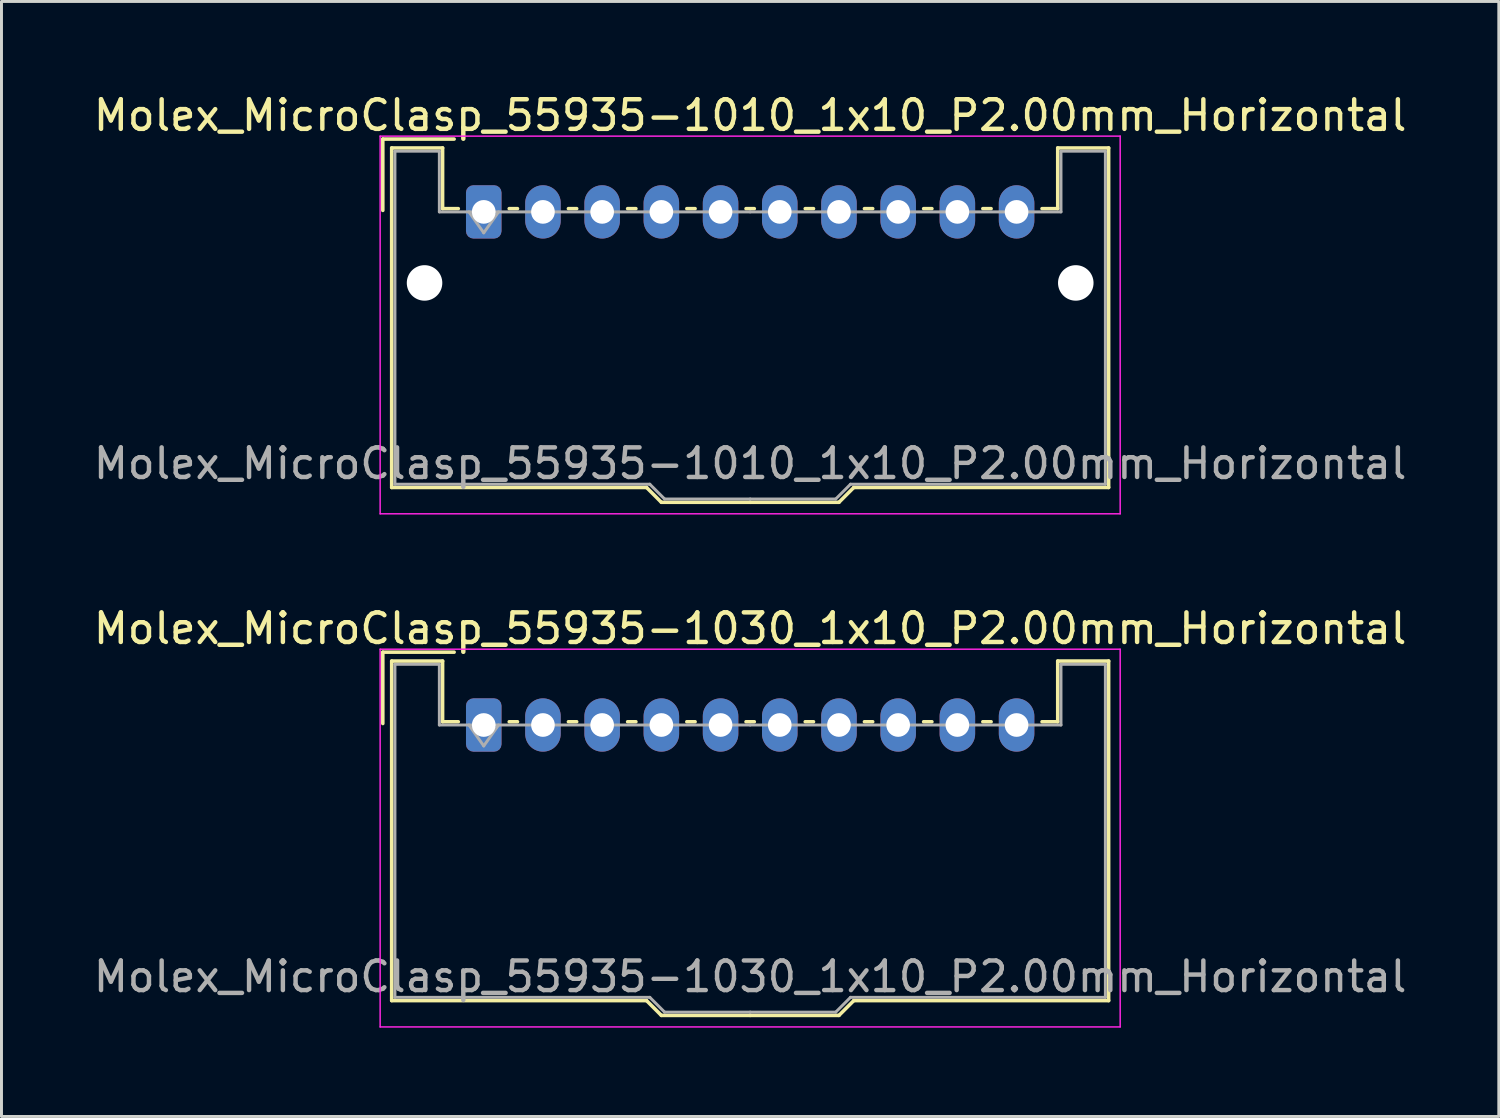
<source format=kicad_pcb>
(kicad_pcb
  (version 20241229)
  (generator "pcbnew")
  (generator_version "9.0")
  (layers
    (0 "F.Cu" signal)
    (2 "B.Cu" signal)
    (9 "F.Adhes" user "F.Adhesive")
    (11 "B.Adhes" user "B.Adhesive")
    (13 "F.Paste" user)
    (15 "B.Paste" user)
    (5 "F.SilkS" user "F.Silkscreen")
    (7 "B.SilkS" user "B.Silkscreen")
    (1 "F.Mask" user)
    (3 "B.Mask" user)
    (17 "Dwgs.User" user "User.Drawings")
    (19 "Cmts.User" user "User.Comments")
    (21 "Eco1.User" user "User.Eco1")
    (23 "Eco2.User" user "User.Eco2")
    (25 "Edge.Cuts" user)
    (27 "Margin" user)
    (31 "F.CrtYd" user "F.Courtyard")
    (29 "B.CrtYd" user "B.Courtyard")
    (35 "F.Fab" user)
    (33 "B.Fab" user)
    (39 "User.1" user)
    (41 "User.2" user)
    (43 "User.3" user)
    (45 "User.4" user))
  (footprint "Molex_MicroClasp_55935-1010_1x10_P2.00mm_Horizontal"
    (layer "F.Cu")
    (at 13.292 4.108)
    (property "Reference" "Molex_MicroClasp_55935-1010_1x10_P2.00mm_Horizontal" (at 9 -3.26 0) (layer "F.SilkS") (effects (font (size 1 1) (thickness 0.15))))
    (attr through_hole)
    (fp_line (start -3.41 -2.46) (end -1 -2.46) (stroke (width 0.12) (type solid)) (layer "F.SilkS"))
    (fp_line (start -3.41 -0.05) (end -3.41 -2.46) (stroke (width 0.12) (type solid)) (layer "F.SilkS"))
    (fp_line (start -3.11 -2.16) (end -1.39 -2.16) (stroke (width 0.12) (type solid)) (layer "F.SilkS"))
    (fp_line (start -3.11 9.31) (end -3.11 -2.16) (stroke (width 0.12) (type solid)) (layer "F.SilkS"))
    (fp_line (start -1.39 -2.16) (end -1.39 -0.11) (stroke (width 0.12) (type solid)) (layer "F.SilkS"))
    (fp_line (start -1.39 -0.11) (end -0.86 -0.11) (stroke (width 0.12) (type solid)) (layer "F.SilkS"))
    (fp_line (start 0.86 -0.11) (end 1.14 -0.11) (stroke (width 0.12) (type solid)) (layer "F.SilkS"))
    (fp_line (start 2.86 -0.11) (end 3.14 -0.11) (stroke (width 0.12) (type solid)) (layer "F.SilkS"))
    (fp_line (start 4.86 -0.11) (end 5.14 -0.11) (stroke (width 0.12) (type solid)) (layer "F.SilkS"))
    (fp_line (start 5.5 9.31) (end -3.11 9.31) (stroke (width 0.12) (type solid)) (layer "F.SilkS"))
    (fp_line (start 6 9.81) (end 5.5 9.31) (stroke (width 0.12) (type solid)) (layer "F.SilkS"))
    (fp_line (start 6.86 -0.11) (end 7.14 -0.11) (stroke (width 0.12) (type solid)) (layer "F.SilkS"))
    (fp_line (start 8.86 -0.11) (end 9.14 -0.11) (stroke (width 0.12) (type solid)) (layer "F.SilkS"))
    (fp_line (start 9 9.81) (end 6 9.81) (stroke (width 0.12) (type solid)) (layer "F.SilkS"))
    (fp_line (start 9 9.81) (end 12 9.81) (stroke (width 0.12) (type solid)) (layer "F.SilkS"))
    (fp_line (start 10.86 -0.11) (end 11.14 -0.11) (stroke (width 0.12) (type solid)) (layer "F.SilkS"))
    (fp_line (start 12 9.81) (end 12.5 9.31) (stroke (width 0.12) (type solid)) (layer "F.SilkS"))
    (fp_line (start 12.5 9.31) (end 21.11 9.31) (stroke (width 0.12) (type solid)) (layer "F.SilkS"))
    (fp_line (start 12.86 -0.11) (end 13.14 -0.11) (stroke (width 0.12) (type solid)) (layer "F.SilkS"))
    (fp_line (start 14.86 -0.11) (end 15.14 -0.11) (stroke (width 0.12) (type solid)) (layer "F.SilkS"))
    (fp_line (start 16.86 -0.11) (end 17.14 -0.11) (stroke (width 0.12) (type solid)) (layer "F.SilkS"))
    (fp_line (start 19.39 -2.16) (end 19.39 -0.11) (stroke (width 0.12) (type solid)) (layer "F.SilkS"))
    (fp_line (start 19.39 -0.11) (end 18.86 -0.11) (stroke (width 0.12) (type solid)) (layer "F.SilkS"))
    (fp_line (start 21.11 -2.16) (end 19.39 -2.16) (stroke (width 0.12) (type solid)) (layer "F.SilkS"))
    (fp_line (start 21.11 9.31) (end 21.11 -2.16) (stroke (width 0.12) (type solid)) (layer "F.SilkS"))
    (fp_line (start -3.5 -2.56) (end -3.5 10.2) (stroke (width 0.05) (type solid)) (layer "F.CrtYd"))
    (fp_line (start -3.5 10.2) (end 21.5 10.2) (stroke (width 0.05) (type solid)) (layer "F.CrtYd"))
    (fp_line (start 21.5 -2.56) (end -3.5 -2.56) (stroke (width 0.05) (type solid)) (layer "F.CrtYd"))
    (fp_line (start 21.5 10.2) (end 21.5 -2.56) (stroke (width 0.05) (type solid)) (layer "F.CrtYd"))
    (fp_line (start -3 -2.05) (end -1.5 -2.05) (stroke (width 0.1) (type solid)) (layer "F.Fab"))
    (fp_line (start -3 9.2) (end -3 -2.05) (stroke (width 0.1) (type solid)) (layer "F.Fab"))
    (fp_line (start -1.5 -2.05) (end -1.5 0) (stroke (width 0.1) (type solid)) (layer "F.Fab"))
    (fp_line (start -1.5 0) (end 9 0) (stroke (width 0.1) (type solid)) (layer "F.Fab"))
    (fp_line (start -0.5 0) (end 0 0.707) (stroke (width 0.1) (type solid)) (layer "F.Fab"))
    (fp_line (start 0 0.707) (end 0.5 0) (stroke (width 0.1) (type solid)) (layer "F.Fab"))
    (fp_line (start 5.61 9.2) (end -3 9.2) (stroke (width 0.1) (type solid)) (layer "F.Fab"))
    (fp_line (start 6.11 9.7) (end 5.61 9.2) (stroke (width 0.1) (type solid)) (layer "F.Fab"))
    (fp_line (start 9 9.7) (end 6.11 9.7) (stroke (width 0.1) (type solid)) (layer "F.Fab"))
    (fp_line (start 9 9.7) (end 11.89 9.7) (stroke (width 0.1) (type solid)) (layer "F.Fab"))
    (fp_line (start 11.89 9.7) (end 12.39 9.2) (stroke (width 0.1) (type solid)) (layer "F.Fab"))
    (fp_line (start 12.39 9.2) (end 21 9.2) (stroke (width 0.1) (type solid)) (layer "F.Fab"))
    (fp_line (start 19.5 -2.05) (end 19.5 0) (stroke (width 0.1) (type solid)) (layer "F.Fab"))
    (fp_line (start 19.5 0) (end 9 0) (stroke (width 0.1) (type solid)) (layer "F.Fab"))
    (fp_line (start 21 -2.05) (end 19.5 -2.05) (stroke (width 0.1) (type solid)) (layer "F.Fab"))
    (fp_line (start 21 9.2) (end 21 -2.05) (stroke (width 0.1) (type solid)) (layer "F.Fab"))
    (fp_text user "${REFERENCE}" (at 9 8.5 0) (layer "F.Fab") (effects (font (size 1 1) (thickness 0.15))))
    (pad "" np_thru_hole circle (at -2 2.4) (size 1.2 1.2) (drill 1.2) (layers "*.Cu" "*.Mask"))
    (pad "" np_thru_hole circle (at 20 2.4) (size 1.2 1.2) (drill 1.2) (layers "*.Cu" "*.Mask"))
    (pad "1" thru_hole roundrect (at 0 0) (size 1.2 1.8) (drill 0.8) (layers "*.Cu" "*.Mask") (roundrect_rratio 0.208))
    (pad "2" thru_hole oval (at 2 0) (size 1.2 1.8) (drill 0.8) (layers "*.Cu" "*.Mask"))
    (pad "3" thru_hole oval (at 4 0) (size 1.2 1.8) (drill 0.8) (layers "*.Cu" "*.Mask"))
    (pad "4" thru_hole oval (at 6 0) (size 1.2 1.8) (drill 0.8) (layers "*.Cu" "*.Mask"))
    (pad "5" thru_hole oval (at 8 0) (size 1.2 1.8) (drill 0.8) (layers "*.Cu" "*.Mask"))
    (pad "6" thru_hole oval (at 10 0) (size 1.2 1.8) (drill 0.8) (layers "*.Cu" "*.Mask"))
    (pad "7" thru_hole oval (at 12 0) (size 1.2 1.8) (drill 0.8) (layers "*.Cu" "*.Mask"))
    (pad "8" thru_hole oval (at 14 0) (size 1.2 1.8) (drill 0.8) (layers "*.Cu" "*.Mask"))
    (pad "9" thru_hole oval (at 16 0) (size 1.2 1.8) (drill 0.8) (layers "*.Cu" "*.Mask"))
    (pad "10" thru_hole oval (at 18 0) (size 1.2 1.8) (drill 0.8) (layers "*.Cu" "*.Mask")))
  (footprint "Molex_MicroClasp_55935-1030_1x10_P2.00mm_Horizontal"
    (layer "F.Cu")
    (at 13.292 21.442)
    (property "Reference" "Molex_MicroClasp_55935-1030_1x10_P2.00mm_Horizontal" (at 9 -3.26 0) (layer "F.SilkS") (effects (font (size 1 1) (thickness 0.15))))
    (attr through_hole)
    (fp_line (start -3.41 -2.46) (end -1 -2.46) (stroke (width 0.12) (type solid)) (layer "F.SilkS"))
    (fp_line (start -3.41 -0.05) (end -3.41 -2.46) (stroke (width 0.12) (type solid)) (layer "F.SilkS"))
    (fp_line (start -3.11 -2.16) (end -1.39 -2.16) (stroke (width 0.12) (type solid)) (layer "F.SilkS"))
    (fp_line (start -3.11 9.31) (end -3.11 -2.16) (stroke (width 0.12) (type solid)) (layer "F.SilkS"))
    (fp_line (start -1.39 -2.16) (end -1.39 -0.11) (stroke (width 0.12) (type solid)) (layer "F.SilkS"))
    (fp_line (start -1.39 -0.11) (end -0.86 -0.11) (stroke (width 0.12) (type solid)) (layer "F.SilkS"))
    (fp_line (start 0.86 -0.11) (end 1.14 -0.11) (stroke (width 0.12) (type solid)) (layer "F.SilkS"))
    (fp_line (start 2.86 -0.11) (end 3.14 -0.11) (stroke (width 0.12) (type solid)) (layer "F.SilkS"))
    (fp_line (start 4.86 -0.11) (end 5.14 -0.11) (stroke (width 0.12) (type solid)) (layer "F.SilkS"))
    (fp_line (start 5.5 9.31) (end -3.11 9.31) (stroke (width 0.12) (type solid)) (layer "F.SilkS"))
    (fp_line (start 6 9.81) (end 5.5 9.31) (stroke (width 0.12) (type solid)) (layer "F.SilkS"))
    (fp_line (start 6.86 -0.11) (end 7.14 -0.11) (stroke (width 0.12) (type solid)) (layer "F.SilkS"))
    (fp_line (start 8.86 -0.11) (end 9.14 -0.11) (stroke (width 0.12) (type solid)) (layer "F.SilkS"))
    (fp_line (start 9 9.81) (end 6 9.81) (stroke (width 0.12) (type solid)) (layer "F.SilkS"))
    (fp_line (start 9 9.81) (end 12 9.81) (stroke (width 0.12) (type solid)) (layer "F.SilkS"))
    (fp_line (start 10.86 -0.11) (end 11.14 -0.11) (stroke (width 0.12) (type solid)) (layer "F.SilkS"))
    (fp_line (start 12 9.81) (end 12.5 9.31) (stroke (width 0.12) (type solid)) (layer "F.SilkS"))
    (fp_line (start 12.5 9.31) (end 21.11 9.31) (stroke (width 0.12) (type solid)) (layer "F.SilkS"))
    (fp_line (start 12.86 -0.11) (end 13.14 -0.11) (stroke (width 0.12) (type solid)) (layer "F.SilkS"))
    (fp_line (start 14.86 -0.11) (end 15.14 -0.11) (stroke (width 0.12) (type solid)) (layer "F.SilkS"))
    (fp_line (start 16.86 -0.11) (end 17.14 -0.11) (stroke (width 0.12) (type solid)) (layer "F.SilkS"))
    (fp_line (start 19.39 -2.16) (end 19.39 -0.11) (stroke (width 0.12) (type solid)) (layer "F.SilkS"))
    (fp_line (start 19.39 -0.11) (end 18.86 -0.11) (stroke (width 0.12) (type solid)) (layer "F.SilkS"))
    (fp_line (start 21.11 -2.16) (end 19.39 -2.16) (stroke (width 0.12) (type solid)) (layer "F.SilkS"))
    (fp_line (start 21.11 9.31) (end 21.11 -2.16) (stroke (width 0.12) (type solid)) (layer "F.SilkS"))
    (fp_line (start -3.5 -2.56) (end -3.5 10.2) (stroke (width 0.05) (type solid)) (layer "F.CrtYd"))
    (fp_line (start -3.5 10.2) (end 21.5 10.2) (stroke (width 0.05) (type solid)) (layer "F.CrtYd"))
    (fp_line (start 21.5 -2.56) (end -3.5 -2.56) (stroke (width 0.05) (type solid)) (layer "F.CrtYd"))
    (fp_line (start 21.5 10.2) (end 21.5 -2.56) (stroke (width 0.05) (type solid)) (layer "F.CrtYd"))
    (fp_line (start -3 -2.05) (end -1.5 -2.05) (stroke (width 0.1) (type solid)) (layer "F.Fab"))
    (fp_line (start -3 9.2) (end -3 -2.05) (stroke (width 0.1) (type solid)) (layer "F.Fab"))
    (fp_line (start -1.5 -2.05) (end -1.5 0) (stroke (width 0.1) (type solid)) (layer "F.Fab"))
    (fp_line (start -1.5 0) (end 9 0) (stroke (width 0.1) (type solid)) (layer "F.Fab"))
    (fp_line (start -0.5 0) (end 0 0.707) (stroke (width 0.1) (type solid)) (layer "F.Fab"))
    (fp_line (start 0 0.707) (end 0.5 0) (stroke (width 0.1) (type solid)) (layer "F.Fab"))
    (fp_line (start 5.61 9.2) (end -3 9.2) (stroke (width 0.1) (type solid)) (layer "F.Fab"))
    (fp_line (start 6.11 9.7) (end 5.61 9.2) (stroke (width 0.1) (type solid)) (layer "F.Fab"))
    (fp_line (start 9 9.7) (end 6.11 9.7) (stroke (width 0.1) (type solid)) (layer "F.Fab"))
    (fp_line (start 9 9.7) (end 11.89 9.7) (stroke (width 0.1) (type solid)) (layer "F.Fab"))
    (fp_line (start 11.89 9.7) (end 12.39 9.2) (stroke (width 0.1) (type solid)) (layer "F.Fab"))
    (fp_line (start 12.39 9.2) (end 21 9.2) (stroke (width 0.1) (type solid)) (layer "F.Fab"))
    (fp_line (start 19.5 -2.05) (end 19.5 0) (stroke (width 0.1) (type solid)) (layer "F.Fab"))
    (fp_line (start 19.5 0) (end 9 0) (stroke (width 0.1) (type solid)) (layer "F.Fab"))
    (fp_line (start 21 -2.05) (end 19.5 -2.05) (stroke (width 0.1) (type solid)) (layer "F.Fab"))
    (fp_line (start 21 9.2) (end 21 -2.05) (stroke (width 0.1) (type solid)) (layer "F.Fab"))
    (fp_text user "${REFERENCE}" (at 9 8.5 0) (layer "F.Fab") (effects (font (size 1 1) (thickness 0.15))))
    (pad "1" thru_hole roundrect (at 0 0) (size 1.2 1.8) (drill 0.8) (layers "*.Cu" "*.Mask") (roundrect_rratio 0.208))
    (pad "2" thru_hole oval (at 2 0) (size 1.2 1.8) (drill 0.8) (layers "*.Cu" "*.Mask"))
    (pad "3" thru_hole oval (at 4 0) (size 1.2 1.8) (drill 0.8) (layers "*.Cu" "*.Mask"))
    (pad "4" thru_hole oval (at 6 0) (size 1.2 1.8) (drill 0.8) (layers "*.Cu" "*.Mask"))
    (pad "5" thru_hole oval (at 8 0) (size 1.2 1.8) (drill 0.8) (layers "*.Cu" "*.Mask"))
    (pad "6" thru_hole oval (at 10 0) (size 1.2 1.8) (drill 0.8) (layers "*.Cu" "*.Mask"))
    (pad "7" thru_hole oval (at 12 0) (size 1.2 1.8) (drill 0.8) (layers "*.Cu" "*.Mask"))
    (pad "8" thru_hole oval (at 14 0) (size 1.2 1.8) (drill 0.8) (layers "*.Cu" "*.Mask"))
    (pad "9" thru_hole oval (at 16 0) (size 1.2 1.8) (drill 0.8) (layers "*.Cu" "*.Mask"))
    (pad "10" thru_hole oval (at 18 0) (size 1.2 1.8) (drill 0.8) (layers "*.Cu" "*.Mask")))
  (gr_rect
    (start -3 -3)
    (end 47.583 34.666)
    (stroke (width 0.1) (type default))
    (fill no)
    (layer "Edge.Cuts")))
</source>
